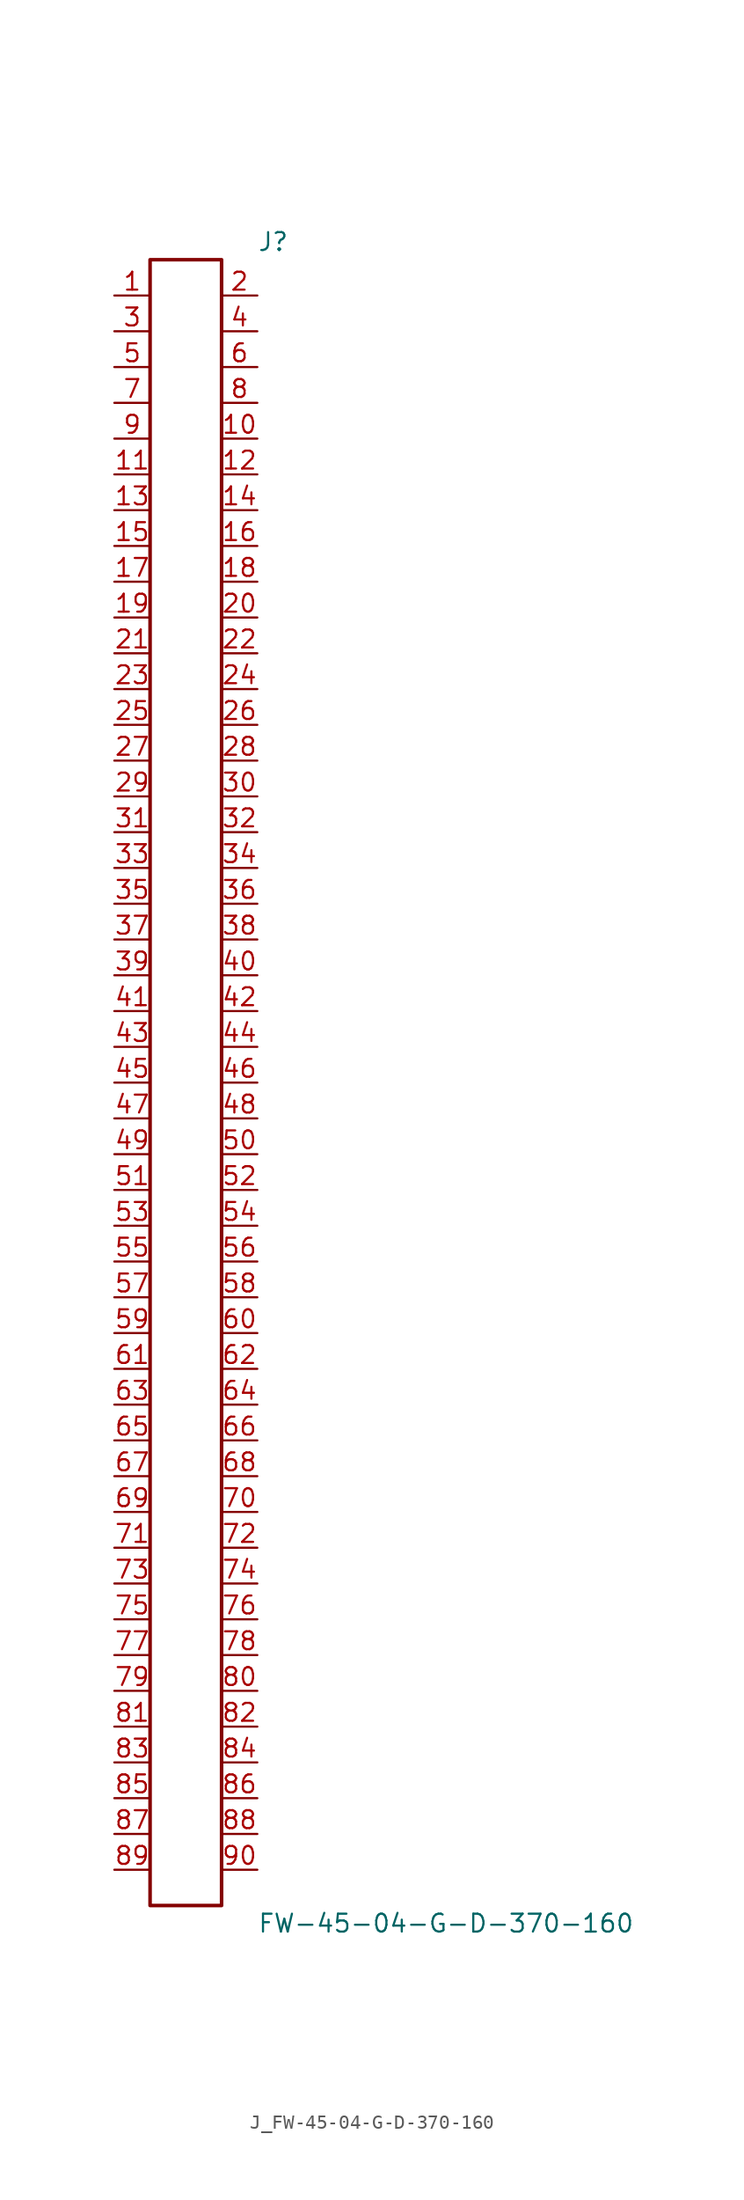
<source format=kicad_sym>
(kicad_symbol_lib
  (version 20231120)
  (generator kicad_symbol_editor)
  (generator_version 8.0)
  (symbol "J_FW-45-04-G-D-370-160"
    (pin_names
      (offset 0.254))
    (property "Reference" "J"
      (at 5.08 59.69 0)
      (effects (font (size 1.27 1.27)) (justify left)))
    (property "Value" "FW-45-04-G-D-370-160"
      (at 5.08 -59.69 0)
      (effects (font (size 1.27 1.27)) (justify left)))
    (symbol "J_FW-45-04-G-D-370-160_0_0"
      (pin unspecified line (at -5.08 55.88 0) (length 2.54) (name "" (effects (font (size 1.27 1.27)))) (number "1" (effects (font (size 1.27 1.27)))))
      (pin unspecified line (at 5.08 55.88 180) (length 2.54) (name "" (effects (font (size 1.27 1.27)))) (number "2" (effects (font (size 1.27 1.27)))))
      (pin unspecified line (at -5.08 53.34 0) (length 2.54) (name "" (effects (font (size 1.27 1.27)))) (number "3" (effects (font (size 1.27 1.27)))))
      (pin unspecified line (at 5.08 53.34 180) (length 2.54) (name "" (effects (font (size 1.27 1.27)))) (number "4" (effects (font (size 1.27 1.27)))))
      (pin unspecified line (at -5.08 50.8 0) (length 2.54) (name "" (effects (font (size 1.27 1.27)))) (number "5" (effects (font (size 1.27 1.27)))))
      (pin unspecified line (at 5.08 50.8 180) (length 2.54) (name "" (effects (font (size 1.27 1.27)))) (number "6" (effects (font (size 1.27 1.27)))))
      (pin unspecified line (at -5.08 48.26 0) (length 2.54) (name "" (effects (font (size 1.27 1.27)))) (number "7" (effects (font (size 1.27 1.27)))))
      (pin unspecified line (at 5.08 48.26 180) (length 2.54) (name "" (effects (font (size 1.27 1.27)))) (number "8" (effects (font (size 1.27 1.27)))))
      (pin unspecified line (at -5.08 45.72 0) (length 2.54) (name "" (effects (font (size 1.27 1.27)))) (number "9" (effects (font (size 1.27 1.27)))))
      (pin unspecified line (at 5.08 45.72 180) (length 2.54) (name "" (effects (font (size 1.27 1.27)))) (number "10" (effects (font (size 1.27 1.27)))))
      (pin unspecified line (at -5.08 43.18 0) (length 2.54) (name "" (effects (font (size 1.27 1.27)))) (number "11" (effects (font (size 1.27 1.27)))))
      (pin unspecified line (at 5.08 43.18 180) (length 2.54) (name "" (effects (font (size 1.27 1.27)))) (number "12" (effects (font (size 1.27 1.27)))))
      (pin unspecified line (at -5.08 40.64 0) (length 2.54) (name "" (effects (font (size 1.27 1.27)))) (number "13" (effects (font (size 1.27 1.27)))))
      (pin unspecified line (at 5.08 40.64 180) (length 2.54) (name "" (effects (font (size 1.27 1.27)))) (number "14" (effects (font (size 1.27 1.27)))))
      (pin unspecified line (at -5.08 38.1 0) (length 2.54) (name "" (effects (font (size 1.27 1.27)))) (number "15" (effects (font (size 1.27 1.27)))))
      (pin unspecified line (at 5.08 38.1 180) (length 2.54) (name "" (effects (font (size 1.27 1.27)))) (number "16" (effects (font (size 1.27 1.27)))))
      (pin unspecified line (at -5.08 35.56 0) (length 2.54) (name "" (effects (font (size 1.27 1.27)))) (number "17" (effects (font (size 1.27 1.27)))))
      (pin unspecified line (at 5.08 35.56 180) (length 2.54) (name "" (effects (font (size 1.27 1.27)))) (number "18" (effects (font (size 1.27 1.27)))))
      (pin unspecified line (at -5.08 33.02 0) (length 2.54) (name "" (effects (font (size 1.27 1.27)))) (number "19" (effects (font (size 1.27 1.27)))))
      (pin unspecified line (at 5.08 33.02 180) (length 2.54) (name "" (effects (font (size 1.27 1.27)))) (number "20" (effects (font (size 1.27 1.27)))))
      (pin unspecified line (at -5.08 30.48 0) (length 2.54) (name "" (effects (font (size 1.27 1.27)))) (number "21" (effects (font (size 1.27 1.27)))))
      (pin unspecified line (at 5.08 30.48 180) (length 2.54) (name "" (effects (font (size 1.27 1.27)))) (number "22" (effects (font (size 1.27 1.27)))))
      (pin unspecified line (at -5.08 27.94 0) (length 2.54) (name "" (effects (font (size 1.27 1.27)))) (number "23" (effects (font (size 1.27 1.27)))))
      (pin unspecified line (at 5.08 27.94 180) (length 2.54) (name "" (effects (font (size 1.27 1.27)))) (number "24" (effects (font (size 1.27 1.27)))))
      (pin unspecified line (at -5.08 25.4 0) (length 2.54) (name "" (effects (font (size 1.27 1.27)))) (number "25" (effects (font (size 1.27 1.27)))))
      (pin unspecified line (at 5.08 25.4 180) (length 2.54) (name "" (effects (font (size 1.27 1.27)))) (number "26" (effects (font (size 1.27 1.27)))))
      (pin unspecified line (at -5.08 22.86 0) (length 2.54) (name "" (effects (font (size 1.27 1.27)))) (number "27" (effects (font (size 1.27 1.27)))))
      (pin unspecified line (at 5.08 22.86 180) (length 2.54) (name "" (effects (font (size 1.27 1.27)))) (number "28" (effects (font (size 1.27 1.27)))))
      (pin unspecified line (at -5.08 20.32 0) (length 2.54) (name "" (effects (font (size 1.27 1.27)))) (number "29" (effects (font (size 1.27 1.27)))))
      (pin unspecified line (at 5.08 20.32 180) (length 2.54) (name "" (effects (font (size 1.27 1.27)))) (number "30" (effects (font (size 1.27 1.27)))))
      (pin unspecified line (at -5.08 17.78 0) (length 2.54) (name "" (effects (font (size 1.27 1.27)))) (number "31" (effects (font (size 1.27 1.27)))))
      (pin unspecified line (at 5.08 17.78 180) (length 2.54) (name "" (effects (font (size 1.27 1.27)))) (number "32" (effects (font (size 1.27 1.27)))))
      (pin unspecified line (at -5.08 15.24 0) (length 2.54) (name "" (effects (font (size 1.27 1.27)))) (number "33" (effects (font (size 1.27 1.27)))))
      (pin unspecified line (at 5.08 15.24 180) (length 2.54) (name "" (effects (font (size 1.27 1.27)))) (number "34" (effects (font (size 1.27 1.27)))))
      (pin unspecified line (at -5.08 12.7 0) (length 2.54) (name "" (effects (font (size 1.27 1.27)))) (number "35" (effects (font (size 1.27 1.27)))))
      (pin unspecified line (at 5.08 12.7 180) (length 2.54) (name "" (effects (font (size 1.27 1.27)))) (number "36" (effects (font (size 1.27 1.27)))))
      (pin unspecified line (at -5.08 10.16 0) (length 2.54) (name "" (effects (font (size 1.27 1.27)))) (number "37" (effects (font (size 1.27 1.27)))))
      (pin unspecified line (at 5.08 10.16 180) (length 2.54) (name "" (effects (font (size 1.27 1.27)))) (number "38" (effects (font (size 1.27 1.27)))))
      (pin unspecified line (at -5.08 7.62 0) (length 2.54) (name "" (effects (font (size 1.27 1.27)))) (number "39" (effects (font (size 1.27 1.27)))))
      (pin unspecified line (at 5.08 7.62 180) (length 2.54) (name "" (effects (font (size 1.27 1.27)))) (number "40" (effects (font (size 1.27 1.27)))))
      (pin unspecified line (at -5.08 5.08 0) (length 2.54) (name "" (effects (font (size 1.27 1.27)))) (number "41" (effects (font (size 1.27 1.27)))))
      (pin unspecified line (at 5.08 5.08 180) (length 2.54) (name "" (effects (font (size 1.27 1.27)))) (number "42" (effects (font (size 1.27 1.27)))))
      (pin unspecified line (at -5.08 2.54 0) (length 2.54) (name "" (effects (font (size 1.27 1.27)))) (number "43" (effects (font (size 1.27 1.27)))))
      (pin unspecified line (at 5.08 2.54 180) (length 2.54) (name "" (effects (font (size 1.27 1.27)))) (number "44" (effects (font (size 1.27 1.27)))))
      (pin unspecified line (at -5.08 0.0 0) (length 2.54) (name "" (effects (font (size 1.27 1.27)))) (number "45" (effects (font (size 1.27 1.27)))))
      (pin unspecified line (at 5.08 0.0 180) (length 2.54) (name "" (effects (font (size 1.27 1.27)))) (number "46" (effects (font (size 1.27 1.27)))))
      (pin unspecified line (at -5.08 -2.54 0) (length 2.54) (name "" (effects (font (size 1.27 1.27)))) (number "47" (effects (font (size 1.27 1.27)))))
      (pin unspecified line (at 5.08 -2.54 180) (length 2.54) (name "" (effects (font (size 1.27 1.27)))) (number "48" (effects (font (size 1.27 1.27)))))
      (pin unspecified line (at -5.08 -5.08 0) (length 2.54) (name "" (effects (font (size 1.27 1.27)))) (number "49" (effects (font (size 1.27 1.27)))))
      (pin unspecified line (at 5.08 -5.08 180) (length 2.54) (name "" (effects (font (size 1.27 1.27)))) (number "50" (effects (font (size 1.27 1.27)))))
      (pin unspecified line (at -5.08 -7.62 0) (length 2.54) (name "" (effects (font (size 1.27 1.27)))) (number "51" (effects (font (size 1.27 1.27)))))
      (pin unspecified line (at 5.08 -7.62 180) (length 2.54) (name "" (effects (font (size 1.27 1.27)))) (number "52" (effects (font (size 1.27 1.27)))))
      (pin unspecified line (at -5.08 -10.16 0) (length 2.54) (name "" (effects (font (size 1.27 1.27)))) (number "53" (effects (font (size 1.27 1.27)))))
      (pin unspecified line (at 5.08 -10.16 180) (length 2.54) (name "" (effects (font (size 1.27 1.27)))) (number "54" (effects (font (size 1.27 1.27)))))
      (pin unspecified line (at -5.08 -12.7 0) (length 2.54) (name "" (effects (font (size 1.27 1.27)))) (number "55" (effects (font (size 1.27 1.27)))))
      (pin unspecified line (at 5.08 -12.7 180) (length 2.54) (name "" (effects (font (size 1.27 1.27)))) (number "56" (effects (font (size 1.27 1.27)))))
      (pin unspecified line (at -5.08 -15.24 0) (length 2.54) (name "" (effects (font (size 1.27 1.27)))) (number "57" (effects (font (size 1.27 1.27)))))
      (pin unspecified line (at 5.08 -15.24 180) (length 2.54) (name "" (effects (font (size 1.27 1.27)))) (number "58" (effects (font (size 1.27 1.27)))))
      (pin unspecified line (at -5.08 -17.78 0) (length 2.54) (name "" (effects (font (size 1.27 1.27)))) (number "59" (effects (font (size 1.27 1.27)))))
      (pin unspecified line (at 5.08 -17.78 180) (length 2.54) (name "" (effects (font (size 1.27 1.27)))) (number "60" (effects (font (size 1.27 1.27)))))
      (pin unspecified line (at -5.08 -20.32 0) (length 2.54) (name "" (effects (font (size 1.27 1.27)))) (number "61" (effects (font (size 1.27 1.27)))))
      (pin unspecified line (at 5.08 -20.32 180) (length 2.54) (name "" (effects (font (size 1.27 1.27)))) (number "62" (effects (font (size 1.27 1.27)))))
      (pin unspecified line (at -5.08 -22.86 0) (length 2.54) (name "" (effects (font (size 1.27 1.27)))) (number "63" (effects (font (size 1.27 1.27)))))
      (pin unspecified line (at 5.08 -22.86 180) (length 2.54) (name "" (effects (font (size 1.27 1.27)))) (number "64" (effects (font (size 1.27 1.27)))))
      (pin unspecified line (at -5.08 -25.4 0) (length 2.54) (name "" (effects (font (size 1.27 1.27)))) (number "65" (effects (font (size 1.27 1.27)))))
      (pin unspecified line (at 5.08 -25.4 180) (length 2.54) (name "" (effects (font (size 1.27 1.27)))) (number "66" (effects (font (size 1.27 1.27)))))
      (pin unspecified line (at -5.08 -27.94 0) (length 2.54) (name "" (effects (font (size 1.27 1.27)))) (number "67" (effects (font (size 1.27 1.27)))))
      (pin unspecified line (at 5.08 -27.94 180) (length 2.54) (name "" (effects (font (size 1.27 1.27)))) (number "68" (effects (font (size 1.27 1.27)))))
      (pin unspecified line (at -5.08 -30.48 0) (length 2.54) (name "" (effects (font (size 1.27 1.27)))) (number "69" (effects (font (size 1.27 1.27)))))
      (pin unspecified line (at 5.08 -30.48 180) (length 2.54) (name "" (effects (font (size 1.27 1.27)))) (number "70" (effects (font (size 1.27 1.27)))))
      (pin unspecified line (at -5.08 -33.02 0) (length 2.54) (name "" (effects (font (size 1.27 1.27)))) (number "71" (effects (font (size 1.27 1.27)))))
      (pin unspecified line (at 5.08 -33.02 180) (length 2.54) (name "" (effects (font (size 1.27 1.27)))) (number "72" (effects (font (size 1.27 1.27)))))
      (pin unspecified line (at -5.08 -35.56 0) (length 2.54) (name "" (effects (font (size 1.27 1.27)))) (number "73" (effects (font (size 1.27 1.27)))))
      (pin unspecified line (at 5.08 -35.56 180) (length 2.54) (name "" (effects (font (size 1.27 1.27)))) (number "74" (effects (font (size 1.27 1.27)))))
      (pin unspecified line (at -5.08 -38.1 0) (length 2.54) (name "" (effects (font (size 1.27 1.27)))) (number "75" (effects (font (size 1.27 1.27)))))
      (pin unspecified line (at 5.08 -38.1 180) (length 2.54) (name "" (effects (font (size 1.27 1.27)))) (number "76" (effects (font (size 1.27 1.27)))))
      (pin unspecified line (at -5.08 -40.64 0) (length 2.54) (name "" (effects (font (size 1.27 1.27)))) (number "77" (effects (font (size 1.27 1.27)))))
      (pin unspecified line (at 5.08 -40.64 180) (length 2.54) (name "" (effects (font (size 1.27 1.27)))) (number "78" (effects (font (size 1.27 1.27)))))
      (pin unspecified line (at -5.08 -43.18 0) (length 2.54) (name "" (effects (font (size 1.27 1.27)))) (number "79" (effects (font (size 1.27 1.27)))))
      (pin unspecified line (at 5.08 -43.18 180) (length 2.54) (name "" (effects (font (size 1.27 1.27)))) (number "80" (effects (font (size 1.27 1.27)))))
      (pin unspecified line (at -5.08 -45.72 0) (length 2.54) (name "" (effects (font (size 1.27 1.27)))) (number "81" (effects (font (size 1.27 1.27)))))
      (pin unspecified line (at 5.08 -45.72 180) (length 2.54) (name "" (effects (font (size 1.27 1.27)))) (number "82" (effects (font (size 1.27 1.27)))))
      (pin unspecified line (at -5.08 -48.26 0) (length 2.54) (name "" (effects (font (size 1.27 1.27)))) (number "83" (effects (font (size 1.27 1.27)))))
      (pin unspecified line (at 5.08 -48.26 180) (length 2.54) (name "" (effects (font (size 1.27 1.27)))) (number "84" (effects (font (size 1.27 1.27)))))
      (pin unspecified line (at -5.08 -50.8 0) (length 2.54) (name "" (effects (font (size 1.27 1.27)))) (number "85" (effects (font (size 1.27 1.27)))))
      (pin unspecified line (at 5.08 -50.8 180) (length 2.54) (name "" (effects (font (size 1.27 1.27)))) (number "86" (effects (font (size 1.27 1.27)))))
      (pin unspecified line (at -5.08 -53.34 0) (length 2.54) (name "" (effects (font (size 1.27 1.27)))) (number "87" (effects (font (size 1.27 1.27)))))
      (pin unspecified line (at 5.08 -53.34 180) (length 2.54) (name "" (effects (font (size 1.27 1.27)))) (number "88" (effects (font (size 1.27 1.27)))))
      (pin unspecified line (at -5.08 -55.88 0) (length 2.54) (name "" (effects (font (size 1.27 1.27)))) (number "89" (effects (font (size 1.27 1.27)))))
      (pin unspecified line (at 5.08 -55.88 180) (length 2.54) (name "" (effects (font (size 1.27 1.27)))) (number "90" (effects (font (size 1.27 1.27))))))
    (symbol "J_FW-45-04-G-D-370-160_1_0"
      (rectangle (start -2.54 58.42) (end 2.54 -58.42) (stroke (width 0.254) (type solid)) (fill (type none))))))
</source>
